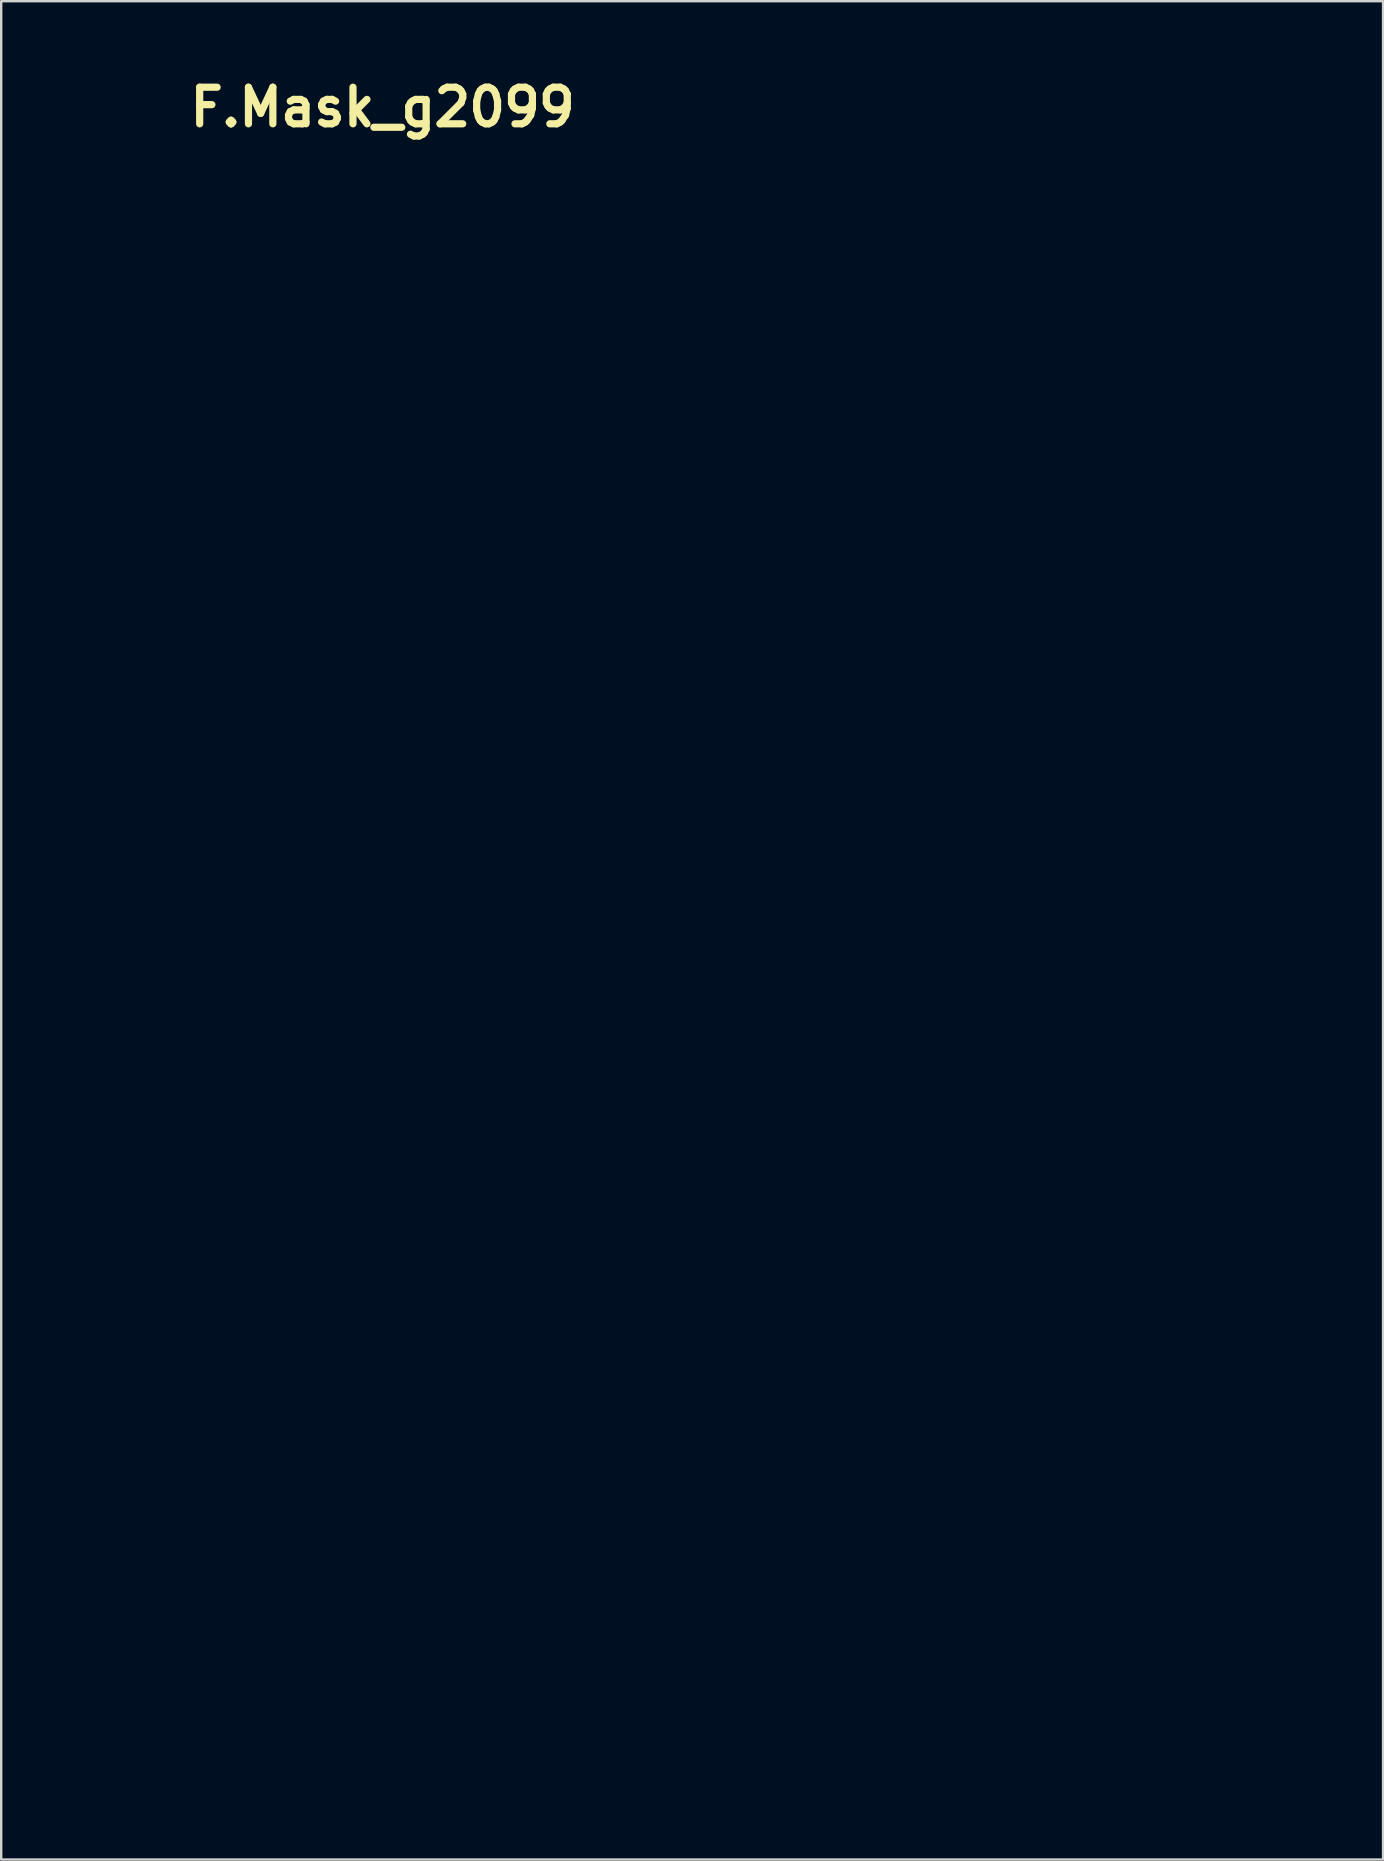
<source format=kicad_pcb>
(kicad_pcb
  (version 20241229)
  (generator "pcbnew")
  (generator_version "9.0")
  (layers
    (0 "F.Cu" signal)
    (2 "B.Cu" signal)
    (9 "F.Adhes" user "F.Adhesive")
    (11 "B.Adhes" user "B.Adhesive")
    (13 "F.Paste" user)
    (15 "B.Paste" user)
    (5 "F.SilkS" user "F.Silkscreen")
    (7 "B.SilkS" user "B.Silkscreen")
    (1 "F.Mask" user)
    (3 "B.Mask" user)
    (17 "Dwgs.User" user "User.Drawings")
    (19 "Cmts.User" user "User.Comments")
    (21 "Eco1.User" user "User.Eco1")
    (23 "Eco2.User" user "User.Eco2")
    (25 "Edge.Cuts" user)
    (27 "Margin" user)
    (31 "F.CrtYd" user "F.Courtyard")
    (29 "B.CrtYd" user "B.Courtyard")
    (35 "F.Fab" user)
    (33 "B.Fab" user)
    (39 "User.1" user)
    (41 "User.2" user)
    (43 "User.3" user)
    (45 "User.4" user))
  (footprint "F.Mask_g2099"
    (layer "F.Cu")
    (at 12.889 1.418)
    (property "Reference" "F.Mask_g2099" (at 0 0 0) (layer "F.SilkS") (effects (font (size 1.524 1.524) (thickness 0.3))))
    (attr through_hole)
    (fp_poly (pts (xy 19.168 37.406) (xy 19.201 37.45) (xy 19.249 37.525) (xy 19.308 37.626) (xy 19.376 37.746) (xy 19.45 37.881) (xy 19.524 38.022) (xy 19.597 38.165) (xy 19.612 38.195) (xy 19.761 38.519) (xy 19.876 38.817) (xy 19.957 39.092) (xy 20.005 39.344) (xy 20.019 39.573) (xy 20.016 39.651) (xy 19.987 39.892) (xy 19.936 40.106) (xy 19.86 40.295) (xy 19.757 40.46) (xy 19.624 40.605) (xy 19.46 40.731) (xy 19.261 40.84) (xy 19.026 40.937) (xy 18.752 41.021) (xy 18.671 41.043) (xy 18.46 41.09) (xy 18.216 41.136) (xy 17.949 41.178) (xy 17.669 41.214) (xy 17.408 41.242) (xy 17.282 41.253) (xy 17.164 41.265) (xy 17.063 41.274) (xy 16.989 41.282) (xy 16.96 41.285) (xy 16.905 41.29) (xy 16.873 41.29) (xy 16.87 41.288) (xy 16.885 41.273) (xy 16.928 41.236) (xy 16.991 41.183) (xy 17.069 41.119) (xy 17.087 41.104) (xy 17.436 40.794) (xy 17.759 40.453) (xy 18.054 40.085) (xy 18.318 39.695) (xy 18.551 39.285) (xy 18.749 38.86) (xy 18.911 38.423) (xy 19.034 37.978) (xy 19.096 37.663) (xy 19.116 37.547) (xy 19.132 37.468) (xy 19.145 37.421) (xy 19.157 37.403) (xy 19.168 37.406)) (stroke (width 0.01) (type solid)) (fill yes) (layer "F.Mask"))
    (fp_poly (pts (xy 14.318 33.135) (xy 14.431 33.153) (xy 14.566 33.186) (xy 14.708 33.23) (xy 14.843 33.281) (xy 14.936 33.323) (xy 15.035 33.373) (xy 14.846 33.473) (xy 14.624 33.602) (xy 14.409 33.752) (xy 14.195 33.929) (xy 13.972 34.139) (xy 13.97 34.142) (xy 13.646 34.494) (xy 13.349 34.879) (xy 13.079 35.294) (xy 12.837 35.74) (xy 12.623 36.215) (xy 12.465 36.637) (xy 12.429 36.746) (xy 12.398 36.843) (xy 12.375 36.92) (xy 12.363 36.969) (xy 12.361 36.98) (xy 12.378 37.02) (xy 12.405 37.042) (xy 12.441 37.053) (xy 12.479 37.04) (xy 12.516 37.014) (xy 12.585 36.96) (xy 12.683 36.879) (xy 12.812 36.771) (xy 12.97 36.636) (xy 13.16 36.473) (xy 13.263 36.384) (xy 13.547 36.143) (xy 13.805 35.93) (xy 14.042 35.744) (xy 14.259 35.582) (xy 14.461 35.442) (xy 14.651 35.321) (xy 14.832 35.217) (xy 14.918 35.172) (xy 15.133 35.069) (xy 15.327 34.993) (xy 15.509 34.942) (xy 15.689 34.912) (xy 15.875 34.902) (xy 15.892 34.902) (xy 16.083 34.913) (xy 16.254 34.949) (xy 16.413 35.015) (xy 16.567 35.112) (xy 16.724 35.246) (xy 16.775 35.295) (xy 17.021 35.569) (xy 17.228 35.857) (xy 17.395 36.158) (xy 17.522 36.473) (xy 17.608 36.8) (xy 17.655 37.139) (xy 17.66 37.488) (xy 17.626 37.847) (xy 17.55 38.216) (xy 17.483 38.449) (xy 17.327 38.87) (xy 17.137 39.266) (xy 16.914 39.636) (xy 16.657 39.979) (xy 16.367 40.297) (xy 16.363 40.301) (xy 16.078 40.559) (xy 15.781 40.78) (xy 15.475 40.963) (xy 15.16 41.109) (xy 14.84 41.216) (xy 14.516 41.283) (xy 14.191 41.312) (xy 13.866 41.3) (xy 13.543 41.247) (xy 13.225 41.154) (xy 13.153 41.127) (xy 12.831 40.978) (xy 12.512 40.789) (xy 12.2 40.562) (xy 11.895 40.298) (xy 11.602 39.999) (xy 11.321 39.667) (xy 11.221 39.538) (xy 11.143 39.437) (xy 11.083 39.37) (xy 11.038 39.336) (xy 11.003 39.33) (xy 10.976 39.351) (xy 10.966 39.367) (xy 10.965 39.407) (xy 10.987 39.476) (xy 11.028 39.571) (xy 11.086 39.685) (xy 11.158 39.815) (xy 11.241 39.956) (xy 11.334 40.102) (xy 11.432 40.25) (xy 11.534 40.395) (xy 11.575 40.45) (xy 11.736 40.65) (xy 11.918 40.852) (xy 12.113 41.046) (xy 12.315 41.228) (xy 12.515 41.39) (xy 12.708 41.525) (xy 12.819 41.593) (xy 12.891 41.634) (xy 12.934 41.659) (xy 12.953 41.673) (xy 12.956 41.681) (xy 12.952 41.686) (xy 12.926 41.695) (xy 12.864 41.71) (xy 12.769 41.729) (xy 12.648 41.753) (xy 12.503 41.78) (xy 12.341 41.81) (xy 12.167 41.842) (xy 11.984 41.874) (xy 11.798 41.906) (xy 11.614 41.937) (xy 11.436 41.967) (xy 11.27 41.994) (xy 11.12 42.017) (xy 10.991 42.037) (xy 10.901 42.049) (xy 10.786 42.061) (xy 10.644 42.071) (xy 10.485 42.08) (xy 10.316 42.086) (xy 10.147 42.091) (xy 9.985 42.092) (xy 9.838 42.091) (xy 9.716 42.088) (xy 9.626 42.081) (xy 9.615 42.079) (xy 9.459 42.052) (xy 9.311 42.014) (xy 9.178 41.97) (xy 9.069 41.922) (xy 8.991 41.873) (xy 8.97 41.853) (xy 8.901 41.747) (xy 8.852 41.606) (xy 8.823 41.433) (xy 8.814 41.229) (xy 8.826 40.996) (xy 8.857 40.737) (xy 8.908 40.455) (xy 8.979 40.15) (xy 9.008 40.042) (xy 9.089 39.765) (xy 9.186 39.465) (xy 9.297 39.146) (xy 9.419 38.815) (xy 9.55 38.476) (xy 9.688 38.136) (xy 9.831 37.799) (xy 9.976 37.472) (xy 10.121 37.159) (xy 10.263 36.866) (xy 10.4 36.6) (xy 10.531 36.364) (xy 10.626 36.206) (xy 10.905 35.791) (xy 11.214 35.389) (xy 11.548 35.003) (xy 11.902 34.638) (xy 12.273 34.297) (xy 12.656 33.985) (xy 13.048 33.705) (xy 13.444 33.462) (xy 13.653 33.349) (xy 13.808 33.271) (xy 13.933 33.213) (xy 14.035 33.173) (xy 14.121 33.147) (xy 14.198 33.134) (xy 14.272 33.132) (xy 14.318 33.135)) (stroke (width 0.01) (type solid)) (fill yes) (layer "F.Mask"))
    (fp_poly (pts (xy 38.498 19.642) (xy 38.52 19.67) (xy 38.534 19.724) (xy 38.546 19.805) (xy 38.552 19.848) (xy 38.584 20.075) (xy 38.61 20.296) (xy 38.631 20.519) (xy 38.648 20.749) (xy 38.66 20.994) (xy 38.668 21.26) (xy 38.673 21.555) (xy 38.674 21.884) (xy 38.674 21.929) (xy 38.669 22.471) (xy 38.653 23.002) (xy 38.627 23.529) (xy 38.589 24.057) (xy 38.539 24.595) (xy 38.476 25.147) (xy 38.4 25.72) (xy 38.311 26.322) (xy 38.225 26.85) (xy 38.063 27.75) (xy 37.887 28.612) (xy 37.697 29.439) (xy 37.491 30.233) (xy 37.268 30.997) (xy 37.028 31.733) (xy 36.77 32.444) (xy 36.494 33.132) (xy 36.198 33.8) (xy 35.946 34.322) (xy 35.794 34.62) (xy 35.653 34.886) (xy 35.517 35.126) (xy 35.382 35.347) (xy 35.245 35.556) (xy 35.1 35.761) (xy 34.944 35.967) (xy 34.848 36.089) (xy 34.746 36.212) (xy 34.618 36.355) (xy 34.473 36.511) (xy 34.317 36.675) (xy 34.158 36.837) (xy 34.001 36.992) (xy 33.853 37.132) (xy 33.723 37.25) (xy 33.665 37.3) (xy 33.259 37.622) (xy 32.843 37.919) (xy 32.422 38.188) (xy 31.998 38.427) (xy 31.574 38.636) (xy 31.153 38.812) (xy 30.739 38.955) (xy 30.334 39.063) (xy 29.941 39.135) (xy 29.746 39.157) (xy 29.628 39.165) (xy 29.482 39.171) (xy 29.322 39.174) (xy 29.157 39.176) (xy 29 39.175) (xy 28.863 39.171) (xy 28.756 39.165) (xy 28.755 39.165) (xy 28.273 39.105) (xy 27.808 39.007) (xy 27.361 38.871) (xy 26.934 38.698) (xy 26.526 38.489) (xy 26.139 38.245) (xy 25.774 37.966) (xy 25.431 37.652) (xy 25.112 37.305) (xy 24.817 36.925) (xy 24.546 36.514) (xy 24.302 36.071) (xy 24.084 35.597) (xy 23.95 35.252) (xy 23.902 35.113) (xy 23.852 34.959) (xy 23.801 34.795) (xy 23.752 34.626) (xy 23.706 34.458) (xy 23.663 34.297) (xy 23.626 34.148) (xy 23.596 34.016) (xy 23.575 33.908) (xy 23.563 33.828) (xy 23.562 33.782) (xy 23.563 33.779) (xy 23.574 33.784) (xy 23.593 33.822) (xy 23.618 33.884) (xy 23.621 33.89) (xy 23.795 34.309) (xy 24.006 34.71) (xy 24.25 35.091) (xy 24.526 35.448) (xy 24.832 35.78) (xy 25.164 36.085) (xy 25.52 36.361) (xy 25.899 36.605) (xy 26.297 36.815) (xy 26.712 36.989) (xy 27.143 37.125) (xy 27.189 37.137) (xy 27.371 37.182) (xy 27.53 37.217) (xy 27.677 37.243) (xy 27.821 37.262) (xy 27.972 37.274) (xy 28.141 37.281) (xy 28.336 37.284) (xy 28.459 37.284) (xy 28.635 37.284) (xy 28.777 37.282) (xy 28.893 37.278) (xy 28.991 37.272) (xy 29.08 37.263) (xy 29.166 37.251) (xy 29.252 37.237) (xy 29.591 37.168) (xy 29.901 37.086) (xy 30.196 36.987) (xy 30.489 36.867) (xy 30.702 36.766) (xy 31.105 36.545) (xy 31.484 36.289) (xy 31.839 36.001) (xy 32.167 35.683) (xy 32.467 35.338) (xy 32.736 34.968) (xy 32.973 34.575) (xy 33.175 34.162) (xy 33.342 33.73) (xy 33.462 33.316) (xy 33.507 33.123) (xy 33.542 32.947) (xy 33.568 32.776) (xy 33.586 32.597) (xy 33.598 32.4) (xy 33.606 32.173) (xy 33.61 31.977) (xy 33.609 31.813) (xy 33.604 31.669) (xy 33.595 31.534) (xy 33.583 31.425) (xy 33.508 30.958) (xy 33.394 30.503) (xy 33.241 30.063) (xy 33.05 29.64) (xy 32.825 29.236) (xy 32.564 28.854) (xy 32.271 28.495) (xy 31.945 28.162) (xy 31.589 27.856) (xy 31.51 27.796) (xy 31.323 27.655) (xy 31.395 27.591) (xy 31.437 27.554) (xy 31.504 27.497) (xy 31.587 27.427) (xy 31.678 27.35) (xy 31.709 27.323) (xy 31.944 27.119) (xy 32.19 26.894) (xy 32.434 26.66) (xy 32.663 26.429) (xy 32.783 26.303) (xy 33.13 25.915) (xy 33.44 25.531) (xy 33.711 25.153) (xy 33.943 24.782) (xy 34.137 24.418) (xy 34.292 24.062) (xy 34.407 23.715) (xy 34.482 23.377) (xy 34.517 23.05) (xy 34.518 22.824) (xy 34.507 22.588) (xy 34.87 22.272) (xy 35.325 21.881) (xy 35.766 21.513) (xy 36.19 21.171) (xy 36.598 20.855) (xy 36.986 20.567) (xy 37.353 20.307) (xy 37.698 20.077) (xy 38.019 19.878) (xy 38.216 19.765) (xy 38.329 19.702) (xy 38.409 19.66) (xy 38.464 19.64) (xy 38.498 19.642)) (stroke (width 0.01) (type solid)) (fill yes) (layer "F.Mask"))
    (fp_poly (pts (xy -11.96 23.629) (xy -11.883 23.637) (xy -11.806 23.649) (xy -11.725 23.666) (xy -11.636 23.689) (xy -11.536 23.72) (xy -11.422 23.76) (xy -11.291 23.81) (xy -11.139 23.871) (xy -10.962 23.945) (xy -10.758 24.033) (xy -10.523 24.136) (xy -10.254 24.256) (xy -10.192 24.284) (xy -9.933 24.398) (xy -9.708 24.498) (xy -9.509 24.583) (xy -9.332 24.656) (xy -9.171 24.719) (xy -9.02 24.774) (xy -8.873 24.823) (xy -8.726 24.868) (xy -8.571 24.911) (xy -8.404 24.953) (xy -8.219 24.996) (xy -8.01 25.044) (xy -7.882 25.072) (xy -7.849 25.092) (xy -7.823 25.142) (xy -7.812 25.183) (xy -7.795 25.238) (xy -7.766 25.324) (xy -7.729 25.428) (xy -7.687 25.543) (xy -7.669 25.59) (xy -7.46 26.079) (xy -7.215 26.549) (xy -6.933 27.004) (xy -6.611 27.445) (xy -6.369 27.739) (xy -6.276 27.842) (xy -6.161 27.965) (xy -6.029 28.1) (xy -5.89 28.239) (xy -5.748 28.377) (xy -5.613 28.506) (xy -5.49 28.618) (xy -5.387 28.708) (xy -5.371 28.721) (xy -5.302 28.779) (xy -5.247 28.828) (xy -5.214 28.861) (xy -5.207 28.871) (xy -5.223 28.889) (xy -5.267 28.927) (xy -5.332 28.98) (xy -5.414 29.044) (xy -5.445 29.068) (xy -5.809 29.371) (xy -6.142 29.703) (xy -6.443 30.061) (xy -6.71 30.443) (xy -6.943 30.848) (xy -7.14 31.273) (xy -7.3 31.715) (xy -7.387 32.029) (xy -7.428 32.203) (xy -7.46 32.357) (xy -7.484 32.501) (xy -7.502 32.644) (xy -7.513 32.796) (xy -7.52 32.965) (xy -7.523 33.161) (xy -7.523 33.316) (xy -7.522 33.492) (xy -7.521 33.634) (xy -7.518 33.749) (xy -7.512 33.846) (xy -7.505 33.932) (xy -7.494 34.016) (xy -7.48 34.105) (xy -7.466 34.184) (xy -7.363 34.649) (xy -7.224 35.095) (xy -7.052 35.519) (xy -6.938 35.751) (xy -6.703 36.156) (xy -6.438 36.533) (xy -6.145 36.882) (xy -5.827 37.2) (xy -5.486 37.488) (xy -5.123 37.745) (xy -4.741 37.968) (xy -4.342 38.156) (xy -3.929 38.31) (xy -3.503 38.427) (xy -3.068 38.507) (xy -2.623 38.549) (xy -2.174 38.551) (xy -1.72 38.512) (xy -1.45 38.47) (xy -1.004 38.366) (xy -0.572 38.224) (xy -0.156 38.045) (xy 0.24 37.83) (xy 0.616 37.582) (xy 0.969 37.302) (xy 1.298 36.993) (xy 1.599 36.655) (xy 1.872 36.29) (xy 2.114 35.901) (xy 2.323 35.489) (xy 2.472 35.124) (xy 2.608 34.702) (xy 2.705 34.281) (xy 2.766 33.853) (xy 2.79 33.41) (xy 2.789 33.149) (xy 2.775 32.865) (xy 2.751 32.607) (xy 2.714 32.36) (xy 2.662 32.108) (xy 2.635 31.993) (xy 2.61 31.892) (xy 2.59 31.806) (xy 2.577 31.744) (xy 2.572 31.713) (xy 2.572 31.711) (xy 2.595 31.704) (xy 2.649 31.692) (xy 2.727 31.675) (xy 2.778 31.665) (xy 3.039 31.602) (xy 3.313 31.512) (xy 3.583 31.401) (xy 3.723 31.333) (xy 3.819 31.285) (xy 3.9 31.247) (xy 3.96 31.22) (xy 3.992 31.209) (xy 3.996 31.209) (xy 4.007 31.236) (xy 4.026 31.298) (xy 4.051 31.388) (xy 4.08 31.5) (xy 4.111 31.627) (xy 4.142 31.763) (xy 4.173 31.901) (xy 4.202 32.034) (xy 4.222 32.131) (xy 4.264 32.354) (xy 4.299 32.552) (xy 4.328 32.732) (xy 4.349 32.904) (xy 4.366 33.074) (xy 4.377 33.251) (xy 4.385 33.443) (xy 4.389 33.658) (xy 4.391 33.904) (xy 4.391 34.004) (xy 4.391 34.216) (xy 4.39 34.392) (xy 4.389 34.538) (xy 4.386 34.661) (xy 4.381 34.766) (xy 4.375 34.859) (xy 4.367 34.948) (xy 4.357 35.038) (xy 4.344 35.134) (xy 4.252 35.68) (xy 4.129 36.201) (xy 3.975 36.695) (xy 3.791 37.161) (xy 3.578 37.599) (xy 3.335 38.006) (xy 3.326 38.019) (xy 3.045 38.409) (xy 2.736 38.767) (xy 2.4 39.091) (xy 2.038 39.383) (xy 1.649 39.643) (xy 1.234 39.869) (xy 0.793 40.061) (xy 0.326 40.22) (xy 0.042 40.298) (xy -0.293 40.374) (xy -0.648 40.441) (xy -1.014 40.499) (xy -1.384 40.546) (xy -1.749 40.582) (xy -2.103 40.605) (xy -2.436 40.616) (xy -2.743 40.613) (xy -2.9 40.605) (xy -3.371 40.562) (xy -3.81 40.501) (xy -4.225 40.419) (xy -4.621 40.315) (xy -5.006 40.187) (xy -5.387 40.032) (xy -5.758 39.856) (xy -6.024 39.714) (xy -6.278 39.564) (xy -6.529 39.399) (xy -6.785 39.214) (xy -7.057 39.003) (xy -7.111 38.959) (xy -7.709 38.448) (xy -8.274 37.913) (xy -8.805 37.355) (xy -9.3 36.776) (xy -9.76 36.175) (xy -10.184 35.555) (xy -10.571 34.915) (xy -10.921 34.257) (xy -11.232 33.582) (xy -11.506 32.889) (xy -11.672 32.403) (xy -11.807 31.959) (xy -11.943 31.483) (xy -12.075 30.983) (xy -12.202 30.468) (xy -12.322 29.949) (xy -12.432 29.434) (xy -12.518 28.998) (xy -12.602 28.526) (xy -12.675 28.06) (xy -12.737 27.602) (xy -12.789 27.155) (xy -12.83 26.722) (xy -12.859 26.307) (xy -12.878 25.912) (xy -12.884 25.541) (xy -12.88 25.196) (xy -12.863 24.881) (xy -12.834 24.598) (xy -12.794 24.351) (xy -12.762 24.214) (xy -12.72 24.079) (xy -12.671 23.975) (xy -12.608 23.889) (xy -12.524 23.811) (xy -12.492 23.786) (xy -12.353 23.697) (xy -12.214 23.645) (xy -12.064 23.626) (xy -11.96 23.629)) (stroke (width 0.01) (type solid)) (fill yes) (layer "F.Mask"))
    (fp_poly (pts (xy 24.058 44.965) (xy 24.116 44.969) (xy 24.199 44.975) (xy 24.309 44.984) (xy 24.452 44.996) (xy 24.63 45.012) (xy 24.754 45.023) (xy 25.286 45.077) (xy 25.779 45.145) (xy 26.233 45.224) (xy 26.647 45.315) (xy 27.022 45.419) (xy 27.357 45.535) (xy 27.652 45.663) (xy 27.907 45.802) (xy 27.962 45.838) (xy 28.055 45.908) (xy 28.165 46.005) (xy 28.285 46.121) (xy 28.405 46.249) (xy 28.52 46.381) (xy 28.61 46.493) (xy 28.843 46.819) (xy 29.074 47.183) (xy 29.301 47.578) (xy 29.522 48.001) (xy 29.734 48.445) (xy 29.935 48.905) (xy 30.122 49.377) (xy 30.293 49.855) (xy 30.419 50.249) (xy 30.626 50.988) (xy 30.797 51.727) (xy 30.933 52.474) (xy 31.036 53.235) (xy 31.107 54.017) (xy 31.117 54.176) (xy 31.125 54.346) (xy 31.13 54.549) (xy 31.132 54.778) (xy 31.132 55.024) (xy 31.13 55.279) (xy 31.125 55.534) (xy 31.118 55.782) (xy 31.109 56.014) (xy 31.099 56.221) (xy 31.086 56.395) (xy 31.085 56.409) (xy 30.991 57.235) (xy 30.859 58.053) (xy 30.689 58.86) (xy 30.482 59.653) (xy 30.239 60.428) (xy 29.959 61.183) (xy 29.943 61.224) (xy 29.85 61.455) (xy 29.472 61.588) (xy 28.888 61.786) (xy 28.311 61.966) (xy 27.735 62.131) (xy 27.151 62.282) (xy 26.552 62.422) (xy 25.931 62.552) (xy 25.28 62.674) (xy 24.847 62.748) (xy 24.809 62.749) (xy 24.789 62.73) (xy 24.776 62.679) (xy 24.776 62.679) (xy 24.731 62.485) (xy 24.664 62.266) (xy 24.579 62.029) (xy 24.478 61.784) (xy 24.365 61.539) (xy 24.245 61.301) (xy 24.119 61.08) (xy 24.095 61.042) (xy 23.981 60.862) (xy 23.882 60.717) (xy 23.793 60.601) (xy 23.711 60.511) (xy 23.632 60.441) (xy 23.552 60.388) (xy 23.5 60.362) (xy 23.384 60.327) (xy 23.247 60.312) (xy 23.105 60.318) (xy 22.973 60.343) (xy 22.902 60.37) (xy 22.755 60.457) (xy 22.641 60.564) (xy 22.549 60.701) (xy 22.533 60.734) (xy 22.476 60.87) (xy 22.445 60.996) (xy 22.441 61.12) (xy 22.465 61.248) (xy 22.519 61.387) (xy 22.603 61.542) (xy 22.676 61.658) (xy 22.897 62.025) (xy 23.078 62.393) (xy 23.218 62.76) (xy 23.317 63.124) (xy 23.32 63.14) (xy 23.339 63.264) (xy 23.352 63.419) (xy 23.359 63.596) (xy 23.36 63.784) (xy 23.356 63.975) (xy 23.347 64.156) (xy 23.332 64.319) (xy 23.312 64.454) (xy 23.308 64.474) (xy 23.2 64.877) (xy 23.052 65.281) (xy 22.866 65.682) (xy 22.643 66.077) (xy 22.386 66.464) (xy 22.096 66.841) (xy 21.775 67.204) (xy 21.425 67.551) (xy 21.049 67.879) (xy 20.647 68.186) (xy 20.585 68.231) (xy 20.126 68.529) (xy 19.635 68.802) (xy 19.118 69.051) (xy 18.578 69.273) (xy 18.02 69.468) (xy 17.448 69.635) (xy 16.866 69.771) (xy 16.279 69.877) (xy 15.691 69.95) (xy 15.107 69.99) (xy 14.53 69.996) (xy 14.088 69.975) (xy 13.767 69.946) (xy 13.442 69.905) (xy 13.12 69.852) (xy 12.805 69.79) (xy 12.505 69.72) (xy 12.226 69.644) (xy 11.974 69.562) (xy 11.754 69.476) (xy 11.652 69.428) (xy 11.336 69.257) (xy 11.011 69.051) (xy 10.683 68.817) (xy 10.358 68.561) (xy 10.042 68.286) (xy 9.741 68) (xy 9.462 67.706) (xy 9.209 67.41) (xy 8.99 67.118) (xy 8.929 67.027) (xy 8.853 66.904) (xy 8.771 66.756) (xy 8.688 66.596) (xy 8.609 66.433) (xy 8.541 66.28) (xy 8.488 66.148) (xy 8.478 66.118) (xy 8.431 65.95) (xy 8.395 65.753) (xy 8.368 65.524) (xy 8.35 65.258) (xy 8.348 65.216) (xy 8.345 64.893) (xy 8.363 64.57) (xy 8.4 64.254) (xy 8.455 63.95) (xy 8.527 63.664) (xy 8.614 63.401) (xy 8.716 63.168) (xy 8.832 62.969) (xy 8.835 62.964) (xy 8.934 62.79) (xy 8.992 62.614) (xy 9.009 62.442) (xy 8.987 62.274) (xy 8.924 62.115) (xy 8.82 61.965) (xy 8.803 61.945) (xy 8.668 61.827) (xy 8.518 61.746) (xy 8.358 61.703) (xy 8.192 61.698) (xy 8.027 61.732) (xy 7.866 61.804) (xy 7.766 61.872) (xy 7.691 61.946) (xy 7.607 62.054) (xy 7.517 62.191) (xy 7.426 62.35) (xy 7.335 62.526) (xy 7.25 62.712) (xy 7.172 62.903) (xy 7.171 62.907) (xy 7.112 63.078) (xy 7.053 63.276) (xy 6.997 63.489) (xy 6.947 63.701) (xy 6.911 63.886) (xy 6.892 63.978) (xy 6.874 64.047) (xy 6.857 64.086) (xy 6.85 64.093) (xy 6.794 64.091) (xy 6.7 64.085) (xy 6.574 64.076) (xy 6.421 64.064) (xy 6.246 64.051) (xy 6.054 64.035) (xy 5.85 64.017) (xy 5.639 63.999) (xy 5.426 63.98) (xy 5.216 63.96) (xy 5.014 63.941) (xy 4.825 63.922) (xy 4.72 63.912) (xy 4.549 63.894) (xy 4.358 63.872) (xy 4.152 63.849) (xy 3.935 63.823) (xy 3.709 63.796) (xy 3.481 63.767) (xy 3.252 63.739) (xy 3.028 63.71) (xy 2.812 63.682) (xy 2.609 63.655) (xy 2.421 63.629) (xy 2.254 63.606) (xy 2.11 63.585) (xy 1.994 63.567) (xy 1.91 63.553) (xy 1.862 63.543) (xy 1.852 63.539) (xy 1.842 63.518) (xy 1.817 63.465) (xy 1.781 63.387) (xy 1.737 63.29) (xy 1.703 63.214) (xy 1.412 62.535) (xy 1.145 61.859) (xy 0.905 61.189) (xy 0.692 60.529) (xy 0.508 59.882) (xy 0.352 59.25) (xy 0.227 58.638) (xy 0.132 58.048) (xy 0.097 57.764) (xy 0.075 57.544) (xy 0.054 57.287) (xy 0.034 56.998) (xy 0.015 56.684) (xy 0.004 56.475) (xy 7.33 56.475) (xy 7.346 56.77) (xy 7.387 57.048) (xy 7.475 57.421) (xy 7.589 57.765) (xy 7.728 58.08) (xy 7.893 58.363) (xy 8.081 58.615) (xy 8.292 58.834) (xy 8.526 59.019) (xy 8.78 59.168) (xy 9.056 59.282) (xy 9.102 59.296) (xy 9.381 59.36) (xy 9.667 59.383) (xy 9.954 59.365) (xy 10.097 59.34) (xy 10.18 59.319) (xy 10.294 59.285) (xy 10.431 59.241) (xy 10.584 59.189) (xy 10.742 59.133) (xy 10.9 59.075) (xy 11.048 59.019) (xy 11.178 58.967) (xy 11.2 58.957) (xy 11.347 58.892) (xy 11.527 58.809) (xy 11.736 58.708) (xy 11.97 58.592) (xy 12.226 58.463) (xy 12.5 58.323) (xy 12.788 58.173) (xy 13.086 58.016) (xy 13.092 58.013) (xy 13.44 57.829) (xy 13.755 57.664) (xy 14.039 57.519) (xy 14.295 57.39) (xy 14.525 57.278) (xy 14.733 57.18) (xy 14.92 57.095) (xy 15.09 57.023) (xy 15.246 56.961) (xy 15.39 56.908) (xy 15.441 56.891) (xy 15.548 56.855) (xy 15.627 56.832) (xy 15.691 56.819) (xy 15.751 56.813) (xy 15.82 56.814) (xy 15.907 56.819) (xy 16.022 56.827) (xy 16.134 56.839) (xy 16.246 56.855) (xy 16.363 56.877) (xy 16.49 56.905) (xy 16.632 56.941) (xy 16.792 56.986) (xy 16.976 57.042) (xy 17.188 57.108) (xy 17.433 57.187) (xy 17.589 57.238) (xy 17.886 57.334) (xy 18.148 57.415) (xy 18.38 57.483) (xy 18.588 57.538) (xy 18.776 57.581) (xy 18.95 57.614) (xy 19.113 57.638) (xy 19.272 57.653) (xy 19.43 57.661) (xy 19.547 57.663) (xy 19.863 57.651) (xy 20.153 57.611) (xy 20.427 57.541) (xy 20.687 57.443) (xy 20.804 57.387) (xy 20.944 57.313) (xy 21.095 57.227) (xy 21.244 57.138) (xy 21.381 57.051) (xy 21.493 56.973) (xy 21.505 56.964) (xy 21.757 56.75) (xy 21.975 56.51) (xy 22.159 56.246) (xy 22.307 55.961) (xy 22.418 55.657) (xy 22.488 55.352) (xy 22.507 55.198) (xy 22.517 55.016) (xy 22.52 54.823) (xy 22.514 54.634) (xy 22.501 54.464) (xy 22.49 54.388) (xy 22.466 54.265) (xy 22.428 54.113) (xy 22.382 53.945) (xy 22.329 53.769) (xy 22.273 53.597) (xy 22.218 53.441) (xy 22.184 53.353) (xy 21.996 52.943) (xy 21.769 52.537) (xy 21.506 52.137) (xy 21.208 51.746) (xy 20.881 51.369) (xy 20.525 51.008) (xy 20.145 50.666) (xy 19.742 50.347) (xy 19.321 50.054) (xy 19.122 49.929) (xy 18.63 49.654) (xy 18.129 49.419) (xy 17.62 49.226) (xy 17.103 49.073) (xy 16.579 48.962) (xy 16.057 48.893) (xy 15.893 48.883) (xy 15.702 48.878) (xy 15.494 48.879) (xy 15.283 48.885) (xy 15.08 48.896) (xy 14.897 48.911) (xy 14.778 48.926) (xy 14.324 49.012) (xy 13.86 49.137) (xy 13.391 49.299) (xy 12.919 49.495) (xy 12.447 49.724) (xy 11.979 49.984) (xy 11.517 50.272) (xy 11.064 50.587) (xy 10.624 50.927) (xy 10.199 51.289) (xy 9.792 51.671) (xy 9.407 52.072) (xy 9.046 52.49) (xy 8.713 52.922) (xy 8.628 53.041) (xy 8.456 53.298) (xy 8.288 53.569) (xy 8.129 53.847) (xy 7.983 54.122) (xy 7.855 54.388) (xy 7.749 54.635) (xy 7.705 54.753) (xy 7.663 54.88) (xy 7.616 55.034) (xy 7.567 55.207) (xy 7.519 55.391) (xy 7.472 55.577) (xy 7.43 55.757) (xy 7.393 55.923) (xy 7.365 56.067) (xy 7.347 56.18) (xy 7.344 56.2) (xy 7.33 56.475) (xy 0.004 56.475) (xy -0.002 56.349) (xy -0.018 55.999) (xy -0.031 55.64) (xy -0.042 55.276) (xy -0.051 54.914) (xy -0.057 54.559) (xy -0.057 54.525) (xy -0.06 54.152) (xy -0.06 53.815) (xy -0.056 53.511) (xy -0.049 53.233) (xy -0.038 52.978) (xy -0.023 52.74) (xy -0.003 52.514) (xy 0.022 52.295) (xy 0.051 52.078) (xy 0.087 51.859) (xy 0.097 51.795) (xy 0.196 51.319) (xy 0.321 50.876) (xy 0.472 50.465) (xy 0.651 50.085) (xy 0.858 49.735) (xy 1.093 49.413) (xy 1.359 49.12) (xy 1.656 48.852) (xy 1.984 48.611) (xy 2.344 48.394) (xy 2.738 48.2) (xy 2.911 48.126) (xy 2.988 48.095) (xy 3.094 48.055) (xy 3.225 48.007) (xy 3.375 47.952) (xy 3.542 47.892) (xy 3.719 47.828) (xy 3.903 47.763) (xy 4.088 47.697) (xy 4.272 47.633) (xy 4.448 47.571) (xy 4.613 47.514) (xy 4.763 47.463) (xy 4.891 47.42) (xy 4.995 47.385) (xy 5.07 47.362) (xy 5.11 47.351) (xy 5.115 47.35) (xy 5.123 47.357) (xy 5.113 47.38) (xy 5.084 47.422) (xy 5.034 47.487) (xy 4.96 47.578) (xy 4.884 47.669) (xy 4.598 48.013) (xy 4.306 48.369) (xy 4.013 48.732) (xy 3.722 49.099) (xy 3.435 49.465) (xy 3.155 49.826) (xy 2.887 50.178) (xy 2.633 50.516) (xy 2.397 50.838) (xy 2.18 51.138) (xy 1.988 51.412) (xy 1.914 51.52) (xy 1.709 51.829) (xy 1.532 52.109) (xy 1.383 52.362) (xy 1.261 52.588) (xy 1.166 52.789) (xy 1.097 52.967) (xy 1.054 53.123) (xy 1.036 53.258) (xy 1.042 53.374) (xy 1.072 53.473) (xy 1.078 53.485) (xy 1.154 53.592) (xy 1.266 53.69) (xy 1.408 53.773) (xy 1.572 53.839) (xy 1.639 53.858) (xy 1.87 53.898) (xy 2.128 53.907) (xy 2.413 53.886) (xy 2.722 53.836) (xy 3.054 53.756) (xy 3.409 53.647) (xy 3.785 53.509) (xy 4.18 53.344) (xy 4.594 53.152) (xy 5.025 52.932) (xy 5.472 52.687) (xy 5.934 52.415) (xy 6.409 52.118) (xy 6.773 51.878) (xy 7.281 51.528) (xy 7.754 51.18) (xy 8.197 50.83) (xy 8.616 50.473) (xy 9.018 50.104) (xy 9.377 49.749) (xy 9.792 49.307) (xy 10.165 48.868) (xy 10.499 48.43) (xy 10.794 47.991) (xy 11.052 47.549) (xy 11.273 47.104) (xy 11.419 46.758) (xy 11.47 46.619) (xy 11.522 46.46) (xy 11.572 46.294) (xy 11.617 46.133) (xy 11.652 45.991) (xy 11.666 45.919) (xy 11.684 45.838) (xy 11.704 45.79) (xy 11.729 45.766) (xy 11.736 45.763) (xy 11.783 45.751) (xy 11.868 45.734) (xy 11.989 45.714) (xy 12.139 45.69) (xy 12.317 45.664) (xy 12.518 45.636) (xy 12.738 45.605) (xy 12.974 45.574) (xy 13.221 45.542) (xy 13.477 45.51) (xy 13.737 45.477) (xy 13.997 45.446) (xy 14.254 45.416) (xy 14.504 45.388) (xy 14.742 45.361) (xy 14.967 45.338) (xy 15.05 45.33) (xy 15.322 45.303) (xy 15.596 45.277) (xy 15.87 45.251) (xy 16.139 45.226) (xy 16.401 45.202) (xy 16.652 45.18) (xy 16.89 45.16) (xy 17.11 45.141) (xy 17.31 45.125) (xy 17.486 45.111) (xy 17.635 45.1) (xy 17.753 45.092) (xy 17.838 45.088) (xy 17.886 45.087) (xy 17.896 45.088) (xy 17.901 45.111) (xy 17.911 45.167) (xy 17.923 45.249) (xy 17.936 45.348) (xy 17.938 45.358) (xy 18.014 45.805) (xy 18.126 46.229) (xy 18.273 46.634) (xy 18.457 47.021) (xy 18.553 47.193) (xy 18.663 47.368) (xy 18.8 47.566) (xy 18.962 47.785) (xy 19.145 48.019) (xy 19.345 48.265) (xy 19.559 48.518) (xy 19.783 48.775) (xy 20.014 49.031) (xy 20.248 49.282) (xy 20.482 49.523) (xy 20.532 49.572) (xy 21.106 50.122) (xy 21.691 50.634) (xy 22.287 51.106) (xy 22.891 51.539) (xy 23.503 51.932) (xy 24.123 52.283) (xy 24.268 52.358) (xy 24.654 52.546) (xy 25.016 52.701) (xy 25.353 52.821) (xy 25.665 52.908) (xy 25.953 52.961) (xy 26.215 52.98) (xy 26.452 52.965) (xy 26.664 52.916) (xy 26.851 52.834) (xy 26.888 52.811) (xy 26.96 52.756) (xy 27.013 52.69) (xy 27.047 52.625) (xy 27.068 52.579) (xy 27.083 52.538) (xy 27.093 52.493) (xy 27.099 52.437) (xy 27.102 52.362) (xy 27.103 52.259) (xy 27.103 52.144) (xy 27.101 52) (xy 27.097 51.884) (xy 27.09 51.784) (xy 27.077 51.686) (xy 27.057 51.577) (xy 27.035 51.465) (xy 26.935 51.046) (xy 26.806 50.601) (xy 26.65 50.133) (xy 26.468 49.644) (xy 26.261 49.138) (xy 26.03 48.618) (xy 25.777 48.087) (xy 25.504 47.548) (xy 25.212 47.004) (xy 24.902 46.459) (xy 24.576 45.914) (xy 24.235 45.374) (xy 24.198 45.318) (xy 24.132 45.216) (xy 24.073 45.125) (xy 24.027 45.051) (xy 23.997 45.002) (xy 23.987 44.984) (xy 23.985 44.976) (xy 23.987 44.97) (xy 23.997 44.967) (xy 24.019 44.965) (xy 24.058 44.965)) (stroke (width 0.01) (type solid)) (fill yes) (layer "F.Mask")))
  (gr_rect
    (start -3 -3)
    (end 54.569 74.419)
    (stroke (width 0.1) (type default))
    (fill no)
    (layer "Edge.Cuts")))
</source>
